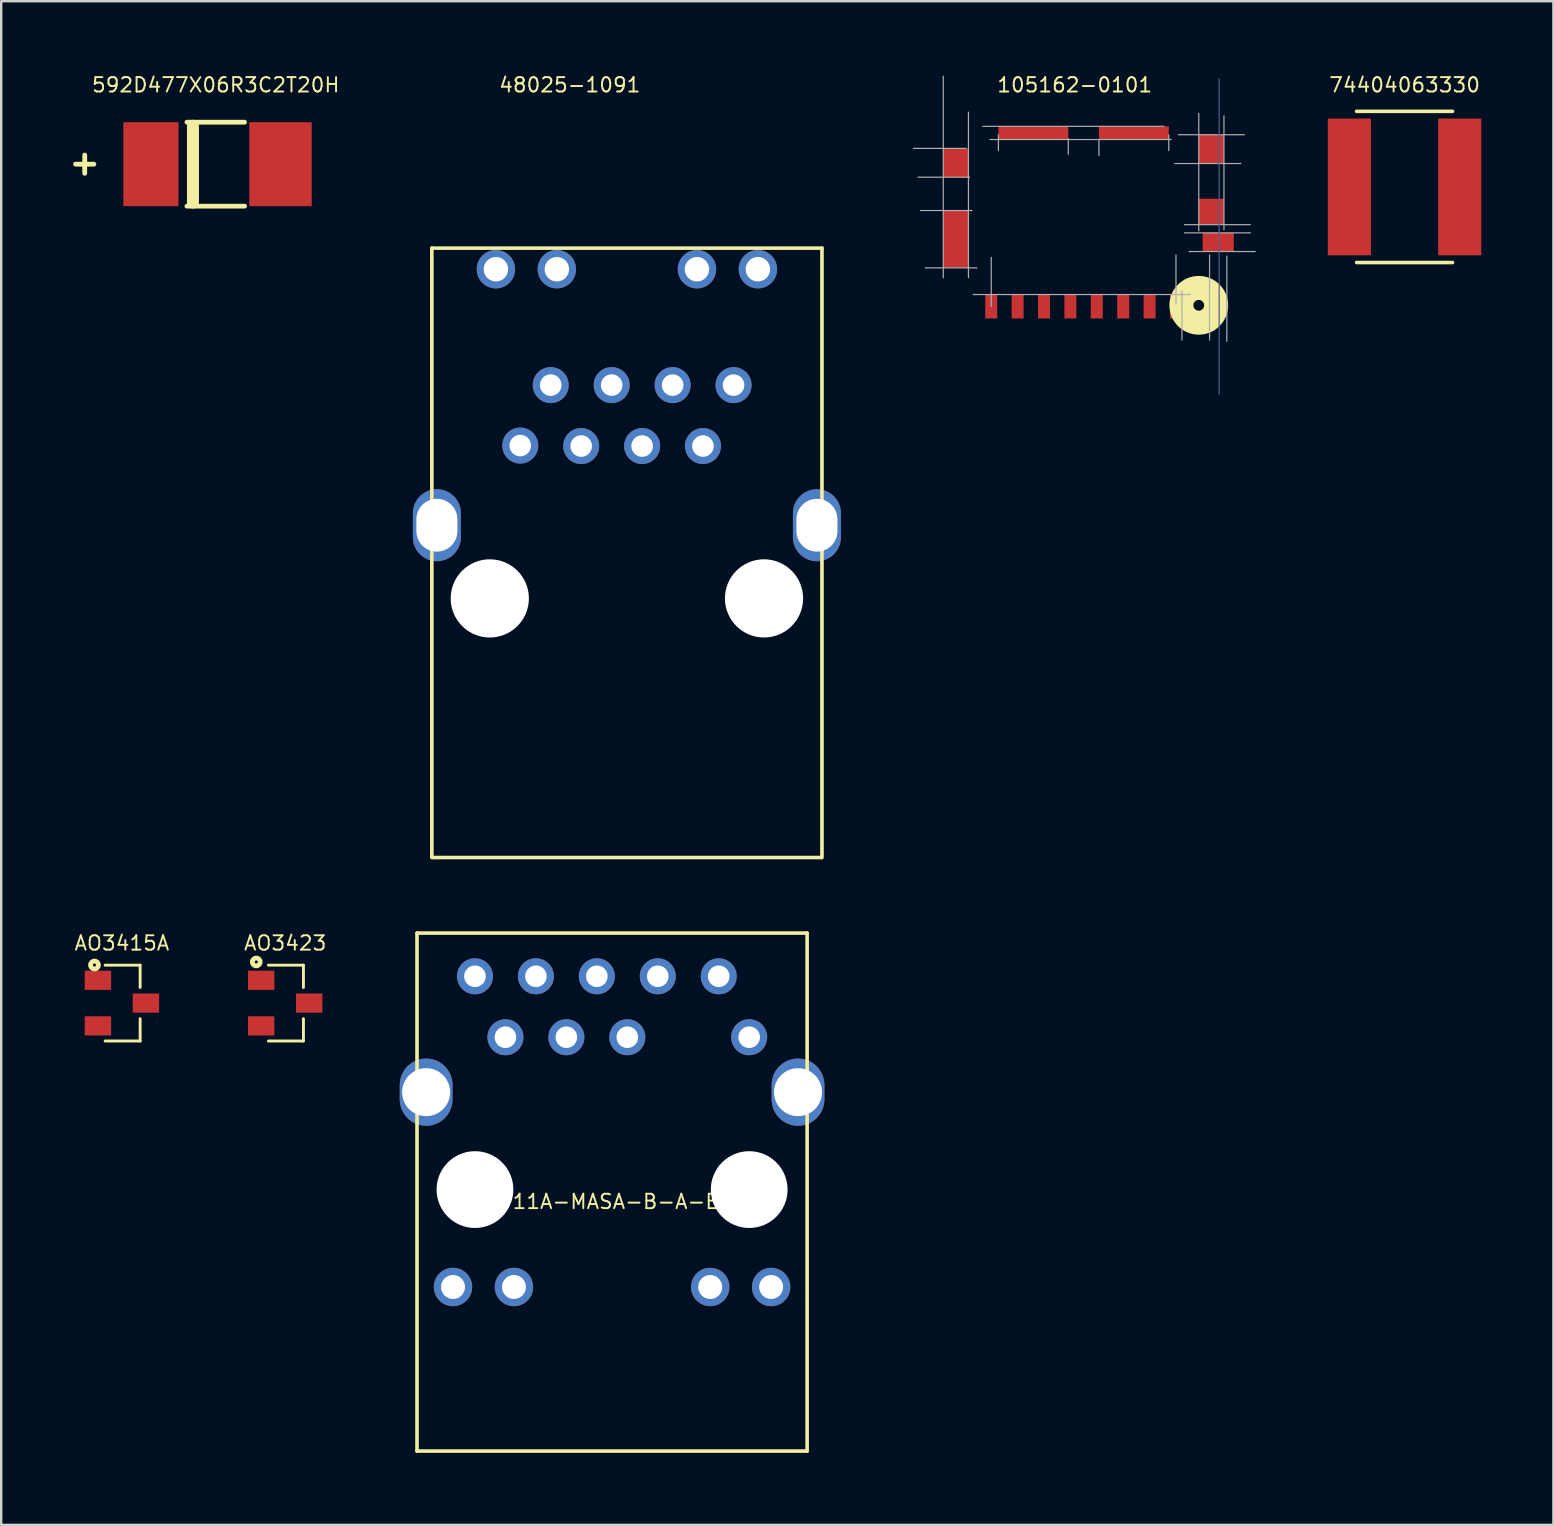
<source format=kicad_pcb>
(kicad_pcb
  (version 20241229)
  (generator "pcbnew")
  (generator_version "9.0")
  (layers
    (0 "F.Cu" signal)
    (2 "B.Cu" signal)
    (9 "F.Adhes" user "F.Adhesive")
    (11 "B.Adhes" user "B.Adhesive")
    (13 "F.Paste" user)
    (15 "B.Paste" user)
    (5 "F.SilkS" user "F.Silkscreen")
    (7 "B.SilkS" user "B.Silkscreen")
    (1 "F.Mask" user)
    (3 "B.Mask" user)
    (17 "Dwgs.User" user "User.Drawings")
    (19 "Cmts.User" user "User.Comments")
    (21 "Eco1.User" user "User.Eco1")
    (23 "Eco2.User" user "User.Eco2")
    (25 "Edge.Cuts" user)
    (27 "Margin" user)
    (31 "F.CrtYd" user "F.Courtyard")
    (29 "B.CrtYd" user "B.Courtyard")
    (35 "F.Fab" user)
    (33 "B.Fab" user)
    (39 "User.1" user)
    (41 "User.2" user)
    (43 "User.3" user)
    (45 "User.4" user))
  (footprint "48025-1091"
    (layer "F.Cu")
    (at 23.079 15.541)
    (property "Reference" "48025-1091" (at -2.38 -15.05 0) (layer "F.SilkS") (effects (font (size 0.6 0.6) (thickness 0.08))))
    (attr through_hole)
    (fp_line (start -8.13 -8.25) (end 8.13 -8.25) (stroke (width 0.15) (type solid)) (layer "F.SilkS"))
    (fp_line (start -8.13 17.15) (end -8.13 -8.25) (stroke (width 0.15) (type solid)) (layer "F.SilkS"))
    (fp_line (start -8.1 17.15) (end 8.1 17.15) (stroke (width 0.15) (type solid)) (layer "F.SilkS"))
    (fp_line (start 8.13 17.15) (end 8.13 -8.25) (stroke (width 0.15) (type solid)) (layer "F.SilkS"))
    (pad "" np_thru_hole circle (at -5.715 6.35) (size 3.26 3.26) (drill 3.26) (layers "*.Cu" "*.Mask"))
    (pad "" np_thru_hole circle (at 5.715 6.35 180) (size 3.26 3.26) (drill 3.26) (layers "*.Cu" "*.Mask"))
    (pad "1" thru_hole circle (at 4.445 -2.54) (size 1.5 1.5) (drill 0.9) (layers "*.Cu" "*.Mask"))
    (pad "2" thru_hole circle (at 3.17 0) (size 1.5 1.5) (drill 0.9) (layers "*.Cu" "*.Mask"))
    (pad "3" thru_hole circle (at 1.905 -2.54) (size 1.5 1.5) (drill 0.9) (layers "*.Cu" "*.Mask"))
    (pad "4" thru_hole circle (at 0.635 0) (size 1.5 1.5) (drill 0.9) (layers "*.Cu" "*.Mask"))
    (pad "5" thru_hole circle (at -0.635 -2.54) (size 1.5 1.5) (drill 0.9) (layers "*.Cu" "*.Mask"))
    (pad "6" thru_hole circle (at -1.905 0) (size 1.5 1.5) (drill 0.9) (layers "*.Cu" "*.Mask"))
    (pad "7" thru_hole circle (at -3.175 -2.54) (size 1.5 1.5) (drill 0.9) (layers "*.Cu" "*.Mask"))
    (pad "8" thru_hole circle (at -4.445 -0.02) (size 1.5 1.5) (drill 0.9) (layers "*.Cu" "*.Mask"))
    (pad "9" thru_hole circle (at 5.46 -7.37) (size 1.6 1.6) (drill 1.02) (layers "*.Cu" "*.Mask"))
    (pad "10" thru_hole circle (at 2.92 -7.37 180) (size 1.6 1.6) (drill 1.02) (layers "*.Cu" "*.Mask"))
    (pad "11" thru_hole circle (at -2.92 -7.37) (size 1.6 1.6) (drill 1.02) (layers "*.Cu" "*.Mask"))
    (pad "12" thru_hole circle (at -5.46 -7.37) (size 1.6 1.6) (drill 1.02) (layers "*.Cu" "*.Mask"))
    (pad "13" thru_hole oval (at -7.92 3.3) (size 2 3) (drill oval 1.71 2.2) (layers "*.Cu" "*.Mask"))
    (pad "14" thru_hole oval (at 7.92 3.3) (size 2 3) (drill oval 1.71 2.2) (layers "*.Cu" "*.Mask")))
  (footprint "ARJP11A-MASA-B-A-EMU2"
    (layer "F.Cu")
    (at 22.461 46.531)
    (property "Reference" "ARJP11A-MASA-B-A-EMU2" (at 0 0.5 0) (layer "F.SilkS") (effects (font (size 0.6 0.6) (thickness 0.08))))
    (attr through_hole)
    (fp_line (start -8.13 -10.69) (end 8.13 -10.69) (stroke (width 0.15) (type solid)) (layer "F.SilkS"))
    (fp_line (start -8.13 10.9) (end -8.13 -10.69) (stroke (width 0.15) (type solid)) (layer "F.SilkS"))
    (fp_line (start -8.13 10.9) (end 8.13 10.9) (stroke (width 0.15) (type solid)) (layer "F.SilkS"))
    (fp_line (start 8.13 10.9) (end 8.13 -10.69) (stroke (width 0.15) (type solid)) (layer "F.SilkS"))
    (pad "" np_thru_hole circle (at -5.715 0) (size 3.2 3.2) (drill 3.2) (layers "*.Cu" "*.Mask"))
    (pad "" np_thru_hole circle (at 5.715 0 180) (size 3.2 3.2) (drill 3.2) (layers "*.Cu" "*.Mask"))
    (pad "1" thru_hole circle (at -5.715 -8.89) (size 1.5 1.5) (drill 0.9) (layers "*.Cu" "*.Mask"))
    (pad "2" thru_hole circle (at -4.445 -6.35) (size 1.5 1.5) (drill 0.9) (layers "*.Cu" "*.Mask"))
    (pad "3" thru_hole circle (at -3.175 -8.89) (size 1.5 1.5) (drill 0.9) (layers "*.Cu" "*.Mask"))
    (pad "4" thru_hole circle (at -1.905 -6.35) (size 1.5 1.5) (drill 0.9) (layers "*.Cu" "*.Mask"))
    (pad "5" thru_hole circle (at -0.635 -8.89) (size 1.5 1.5) (drill 0.9) (layers "*.Cu" "*.Mask"))
    (pad "6" thru_hole circle (at 0.635 -6.35) (size 1.5 1.5) (drill 0.9) (layers "*.Cu" "*.Mask"))
    (pad "7" thru_hole circle (at 1.905 -8.89) (size 1.5 1.5) (drill 0.9) (layers "*.Cu" "*.Mask"))
    (pad "9" thru_hole circle (at 4.445 -8.89) (size 1.5 1.5) (drill 0.9) (layers "*.Cu" "*.Mask"))
    (pad "10" thru_hole circle (at 5.715 -6.35) (size 1.5 1.5) (drill 0.9) (layers "*.Cu" "*.Mask"))
    (pad "11" thru_hole circle (at -6.63 4.06) (size 1.6 1.6) (drill 1) (layers "*.Cu" "*.Mask"))
    (pad "12" thru_hole circle (at -4.09 4.06) (size 1.6 1.6) (drill 1) (layers "*.Cu" "*.Mask"))
    (pad "13" thru_hole circle (at 4.09 4.06 180) (size 1.6 1.6) (drill 1) (layers "*.Cu" "*.Mask"))
    (pad "14" thru_hole circle (at 6.63 4.06) (size 1.6 1.6) (drill 1) (layers "*.Cu" "*.Mask"))
    (pad "S1" thru_hole oval (at -7.75 -4.06) (size 2.2 2.8) (drill oval 2) (layers "*.Cu" "*.Mask"))
    (pad "S2" thru_hole oval (at 7.75 -4.06) (size 2.2 2.8) (drill oval 2) (layers "*.Cu" "*.Mask")))
  (footprint "AO3415A"
    (layer "F.Cu")
    (at 2.031 38.758)
    (property "Reference" "AO3415A" (at 0 -2.5 0) (layer "F.SilkS") (effects (font (size 0.6 0.6) (thickness 0.08))))
    (attr smd)
    (fp_line (start 0.76 -1.58) (end -0.7 -1.58) (stroke (width 0.12) (type solid)) (layer "F.SilkS"))
    (fp_line (start 0.76 -1.58) (end 0.76 -0.65) (stroke (width 0.12) (type solid)) (layer "F.SilkS"))
    (fp_line (start 0.76 1.58) (end -0.7 1.58) (stroke (width 0.12) (type solid)) (layer "F.SilkS"))
    (fp_line (start 0.76 1.58) (end 0.76 0.65) (stroke (width 0.12) (type solid)) (layer "F.SilkS"))
    (fp_circle (center -1.143 -1.587) (end -1.079 -1.587) (stroke (width 0.2) (type solid)) (fill no) (layer "F.SilkS"))
    (pad "1" smd rect (at -1 -0.95) (size 1.1 0.8) (layers "F.Cu" "F.Mask" "F.Paste"))
    (pad "2" smd rect (at -1 0.95) (size 1.1 0.8) (layers "F.Cu" "F.Mask" "F.Paste"))
    (pad "3" smd rect (at 1 0) (size 1.1 0.8) (layers "F.Cu" "F.Mask" "F.Paste")))
  (footprint "74404063330"
    (layer "F.Cu")
    (at 55.492 4.741)
    (property "Reference" "74404063330" (at 0 -4.25 0) (layer "F.SilkS") (effects (font (size 0.6 0.6) (thickness 0.08))))
    (attr through_hole)
    (fp_line (start -2 -3.15) (end 2 -3.15) (stroke (width 0.15) (type solid)) (layer "F.SilkS"))
    (fp_line (start 2 3.15) (end -2 3.15) (stroke (width 0.15) (type solid)) (layer "F.SilkS"))
    (pad "1" smd rect (at -2.3 0) (size 1.8 5.7) (layers "F.Cu" "F.Mask" "F.Paste"))
    (pad "2" smd rect (at 2.3 0 180) (size 1.8 5.7) (layers "F.Cu" "F.Mask" "F.Paste")))
  (footprint "105162-0101"
    (layer "F.Cu")
    (at 42.114 10.225)
    (property "Reference" "105162-0101" (at -0.37 -9.734 0) (layer "F.SilkS") (effects (font (size 0.6 0.6) (thickness 0.08))))
    (attr through_hole)
    (fp_circle (center 4.8 -0.55) (end 5.024 -0.55) (stroke (width 1) (type solid)) (fill no) (layer "F.SilkS"))
    (fp_line (start 5.65 -10) (end 5.65 3.15) (stroke (width 0.05) (type solid)) (layer "B.Fab"))
    (fp_line (start -7.09 -7.09) (end -4.9 -7.09) (stroke (width 0.05) (type solid)) (layer "F.Fab"))
    (fp_line (start -6.9 -5.89) (end -4.75 -5.89) (stroke (width 0.05) (type solid)) (layer "F.Fab"))
    (fp_line (start -6.8 -4.5) (end -4.65 -4.5) (stroke (width 0.05) (type solid)) (layer "F.Fab"))
    (fp_line (start -6.6 -2.11) (end -4.45 -2.11) (stroke (width 0.05) (type solid)) (layer "F.Fab"))
    (fp_line (start -5.85 -10.1) (end -5.85 -1.7) (stroke (width 0.05) (type solid)) (layer "F.Fab"))
    (fp_line (start -4.8 -8.6) (end -4.8 -1.7) (stroke (width 0.05) (type solid)) (layer "F.Fab"))
    (fp_line (start -4.6 -1) (end 4.45 -1) (stroke (width 0.05) (type solid)) (layer "F.Fab"))
    (fp_line (start -4.2 -8.01) (end 3.35 -8.01) (stroke (width 0.05) (type solid)) (layer "F.Fab"))
    (fp_line (start -3.9 -7.46) (end 3.65 -7.46) (stroke (width 0.05) (type solid)) (layer "F.Fab"))
    (fp_line (start -3.85 -2.55) (end -3.85 -0.5) (stroke (width 0.05) (type solid)) (layer "F.Fab"))
    (fp_line (start -3.55 -7) (end -3.55 -7.65) (stroke (width 0.05) (type solid)) (layer "F.Fab"))
    (fp_line (start -0.64 -6.85) (end -0.64 -7.5) (stroke (width 0.05) (type solid)) (layer "F.Fab"))
    (fp_line (start 0.64 -6.8) (end 0.64 -7.45) (stroke (width 0.05) (type solid)) (layer "F.Fab"))
    (fp_line (start 3.55 -7) (end 3.55 -7.65) (stroke (width 0.05) (type solid)) (layer "F.Fab"))
    (fp_line (start 3.8 -6.46) (end 6.55 -6.46) (stroke (width 0.05) (type solid)) (layer "F.Fab"))
    (fp_line (start 3.85 -2.65) (end 3.85 -0.6) (stroke (width 0.05) (type solid)) (layer "F.Fab"))
    (fp_line (start 3.95 -7.66) (end 6.7 -7.66) (stroke (width 0.05) (type solid)) (layer "F.Fab"))
    (fp_line (start 4.1 -1.15) (end 4.1 0.9) (stroke (width 0.05) (type solid)) (layer "F.Fab"))
    (fp_line (start 4.2 -3.91) (end 6.95 -3.91) (stroke (width 0.05) (type solid)) (layer "F.Fab"))
    (fp_line (start 4.2 -3.57) (end 6.95 -3.57) (stroke (width 0.05) (type solid)) (layer "F.Fab"))
    (fp_line (start 4.4 -2.79) (end 7.15 -2.79) (stroke (width 0.05) (type solid)) (layer "F.Fab"))
    (fp_line (start 4.8 -8.55) (end 4.8 -3.65) (stroke (width 0.05) (type solid)) (layer "F.Fab"))
    (fp_line (start 5.25 -2.65) (end 5.25 0.9) (stroke (width 0.05) (type solid)) (layer "F.Fab"))
    (fp_line (start 5.85 -3.7) (end 5.85 -8.45) (stroke (width 0.05) (type solid)) (layer "F.Fab"))
    (fp_line (start 5.97 -2.6) (end 5.97 0.95) (stroke (width 0.05) (type solid)) (layer "F.Fab"))
    (pad "" smd rect (at -2.095 -7.735) (size 2.91 0.55) (layers "F.Cu" "F.Mask" "F.Paste"))
    (pad "" smd rect (at 2.095 -7.735) (size 2.91 0.55) (layers "F.Cu" "F.Mask" "F.Paste"))
    (pad "1" smd rect (at 3.85 -0.5) (size 0.5 1) (layers "F.Cu" "F.Mask" "F.Paste"))
    (pad "2" smd rect (at 2.75 -0.5) (size 0.5 1) (layers "F.Cu" "F.Mask" "F.Paste"))
    (pad "3" smd rect (at 1.65 -0.5) (size 0.5 1) (layers "F.Cu" "F.Mask" "F.Paste"))
    (pad "4" smd rect (at 0.55 -0.5) (size 0.5 1) (layers "F.Cu" "F.Mask" "F.Paste"))
    (pad "5" smd rect (at -0.55 -0.5) (size 0.5 1) (layers "F.Cu" "F.Mask" "F.Paste"))
    (pad "6" smd rect (at -1.65 -0.5) (size 0.5 1) (layers "F.Cu" "F.Mask" "F.Paste"))
    (pad "7" smd rect (at -2.75 -0.5) (size 0.5 1) (layers "F.Cu" "F.Mask" "F.Paste"))
    (pad "8" smd rect (at -3.85 -0.5) (size 0.5 1) (layers "F.Cu" "F.Mask" "F.Paste"))
    (pad "9" smd rect (at 5.61 -3.18) (size 1.3 0.78) (layers "F.Cu" "F.Mask" "F.Paste"))
    (pad "10" smd rect (at 5.325 -4.45) (size 1.05 1.08) (layers "F.Cu" "F.Mask" "F.Paste"))
    (pad "11" smd rect (at 5.325 -7.06) (size 1.05 1.2) (layers "F.Cu" "F.Mask" "F.Paste"))
    (pad "12" smd rect (at -5.325 -3.305) (size 1.05 2.39) (layers "F.Cu" "F.Mask" "F.Paste"))
    (pad "13" smd rect (at -5.325 -6.49) (size 1.05 1.2) (layers "F.Cu" "F.Mask" "F.Paste")))
  (footprint "592D477X06R3C2T20H"
    (layer "F.Cu")
    (at 5.942 3.793)
    (property "Reference" "592D477X06R3C2T20H" (at 0 -3.302 0) (layer "F.SilkS") (effects (font (size 0.6 0.6) (thickness 0.08))))
    (attr through_hole)
    (fp_line (start -5.842 0) (end -5.08 0) (stroke (width 0.2) (type solid)) (layer "F.SilkS"))
    (fp_line (start -5.461 0.381) (end -5.461 -0.381) (stroke (width 0.2) (type solid)) (layer "F.SilkS"))
    (fp_line (start -1.2 -1.75) (end 1.2 -1.75) (stroke (width 0.2) (type solid)) (layer "F.SilkS"))
    (fp_line (start -0.95 1.6) (end -0.95 -1.6) (stroke (width 0.5) (type solid)) (layer "F.SilkS"))
    (fp_line (start 1.2 1.75) (end -1.2 1.75) (stroke (width 0.2) (type solid)) (layer "F.SilkS"))
    (pad "1" smd rect (at -2.7 0 180) (size 2.3 3.5) (layers "F.Cu" "F.Mask" "F.Paste"))
    (pad "2" smd rect (at 2.7 0) (size 2.6 3.5) (layers "F.Cu" "F.Mask" "F.Paste")))
  (footprint "AO3423"
    (layer "F.Cu")
    (at 8.837 38.758)
    (property "Reference" "AO3423" (at 0 -2.5 0) (layer "F.SilkS") (effects (font (size 0.6 0.6) (thickness 0.08))))
    (attr smd)
    (fp_line (start 0.76 -1.58) (end -0.7 -1.58) (stroke (width 0.12) (type solid)) (layer "F.SilkS"))
    (fp_line (start 0.76 -1.58) (end 0.76 -0.65) (stroke (width 0.12) (type solid)) (layer "F.SilkS"))
    (fp_line (start 0.76 1.58) (end -0.7 1.58) (stroke (width 0.12) (type solid)) (layer "F.SilkS"))
    (fp_line (start 0.76 1.58) (end 0.76 0.65) (stroke (width 0.12) (type solid)) (layer "F.SilkS"))
    (fp_circle (center -1.206 -1.714) (end -1.143 -1.714) (stroke (width 0.2) (type solid)) (fill no) (layer "F.SilkS"))
    (pad "1" smd rect (at -1 -0.95) (size 1.1 0.8) (layers "F.Cu" "F.Mask" "F.Paste"))
    (pad "2" smd rect (at -1 0.95) (size 1.1 0.8) (layers "F.Cu" "F.Mask" "F.Paste"))
    (pad "3" smd rect (at 1 0) (size 1.1 0.8) (layers "F.Cu" "F.Mask" "F.Paste")))
  (gr_rect
    (start -3 -3)
    (end 61.695 60.506)
    (stroke (width 0.1) (type default))
    (fill no)
    (layer "Edge.Cuts")))
</source>
